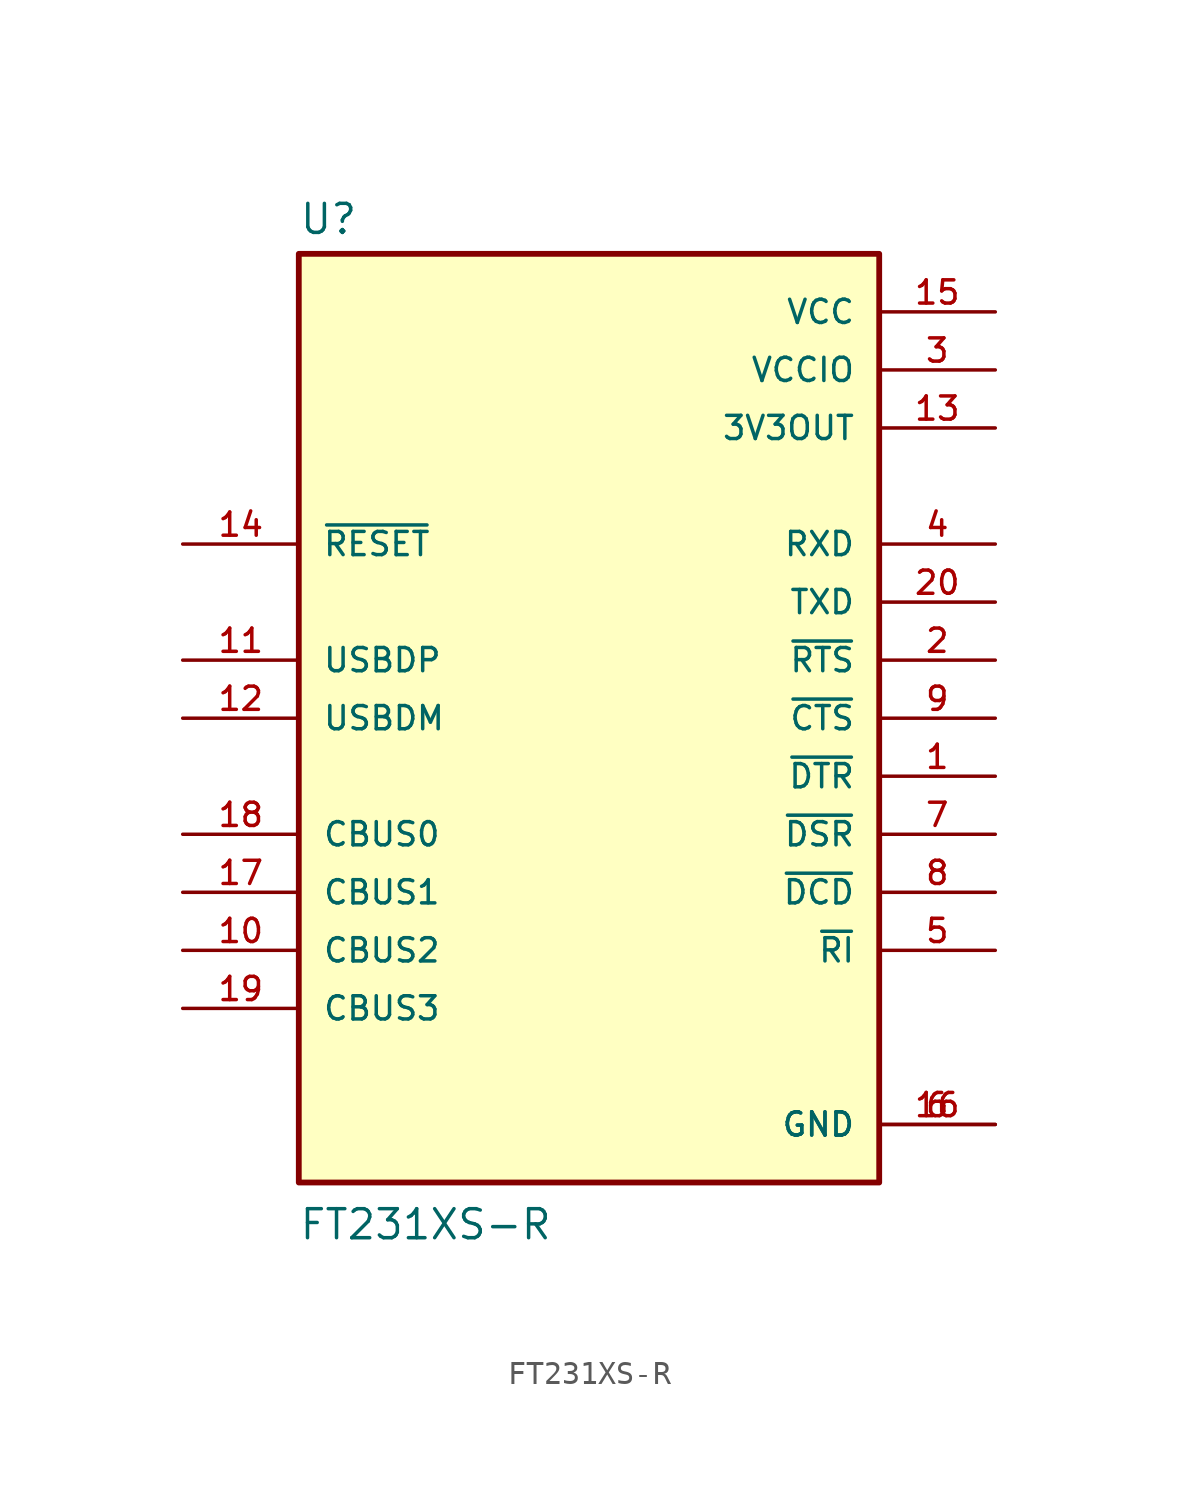
<source format=kicad_sym>
(kicad_symbol_lib
  (version 20211014)
  (generator kicad_symbol_editor)
  (symbol "FT231XS-R"
    (pin_names
      (offset 1.016))
    (property "Reference" "U"
      (at -12.708 21.096 0)
      (effects (font (size 1.27 1.27)) (justify bottom left)))
    (property "Value" "FT231XS-R"
      (at -12.721 -22.898 0)
      (effects (font (size 1.27 1.27)) (justify bottom left)))
    (symbol "FT231XS-R_0_0"
      (rectangle (start -12.7 -20.32) (end 12.7 20.32) (stroke (width 0.254)) (fill (type background)))
      (pin power_in line (at 17.78 12.7 180.0) (length 5.08) (name "3V3OUT" (effects (font (size 1.016 1.016)))) (number "13" (effects (font (size 1.016 1.016)))))
      (pin input line (at -17.78 0.0 0) (length 5.08) (name "USBDM" (effects (font (size 1.016 1.016)))) (number "12" (effects (font (size 1.016 1.016)))))
      (pin input line (at -17.78 2.54 0) (length 5.08) (name "USBDP" (effects (font (size 1.016 1.016)))) (number "11" (effects (font (size 1.016 1.016)))))
      (pin input line (at -17.78 7.62 0) (length 5.08) (name "~{RESET}" (effects (font (size 1.016 1.016)))) (number "14" (effects (font (size 1.016 1.016)))))
      (pin power_in line (at 17.78 -17.78 180.0) (length 5.08) (name "GND" (effects (font (size 1.016 1.016)))) (number "6" (effects (font (size 1.016 1.016)))))
      (pin power_in line (at 17.78 -17.78 180.0) (length 5.08) (name "GND" (effects (font (size 1.016 1.016)))) (number "16" (effects (font (size 1.016 1.016)))))
      (pin bidirectional line (at -17.78 -5.08 0) (length 5.08) (name "CBUS0" (effects (font (size 1.016 1.016)))) (number "18" (effects (font (size 1.016 1.016)))))
      (pin input line (at 17.78 -10.16 180.0) (length 5.08) (name "~{RI}" (effects (font (size 1.016 1.016)))) (number "5" (effects (font (size 1.016 1.016)))))
      (pin input line (at 17.78 -7.62 180.0) (length 5.08) (name "~{DCD}" (effects (font (size 1.016 1.016)))) (number "8" (effects (font (size 1.016 1.016)))))
      (pin input line (at 17.78 -5.08 180.0) (length 5.08) (name "~{DSR}" (effects (font (size 1.016 1.016)))) (number "7" (effects (font (size 1.016 1.016)))))
      (pin output line (at 17.78 -2.54 180.0) (length 5.08) (name "~{DTR}" (effects (font (size 1.016 1.016)))) (number "1" (effects (font (size 1.016 1.016)))))
      (pin input line (at 17.78 0.0 180.0) (length 5.08) (name "~{CTS}" (effects (font (size 1.016 1.016)))) (number "9" (effects (font (size 1.016 1.016)))))
      (pin output line (at 17.78 2.54 180.0) (length 5.08) (name "~{RTS}" (effects (font (size 1.016 1.016)))) (number "2" (effects (font (size 1.016 1.016)))))
      (pin input line (at 17.78 7.62 180.0) (length 5.08) (name "RXD" (effects (font (size 1.016 1.016)))) (number "4" (effects (font (size 1.016 1.016)))))
      (pin output line (at 17.78 5.08 180.0) (length 5.08) (name "TXD" (effects (font (size 1.016 1.016)))) (number "20" (effects (font (size 1.016 1.016)))))
      (pin bidirectional line (at -17.78 -7.62 0) (length 5.08) (name "CBUS1" (effects (font (size 1.016 1.016)))) (number "17" (effects (font (size 1.016 1.016)))))
      (pin bidirectional line (at -17.78 -10.16 0) (length 5.08) (name "CBUS2" (effects (font (size 1.016 1.016)))) (number "10" (effects (font (size 1.016 1.016)))))
      (pin bidirectional line (at -17.78 -12.7 0) (length 5.08) (name "CBUS3" (effects (font (size 1.016 1.016)))) (number "19" (effects (font (size 1.016 1.016)))))
      (pin power_in line (at 17.78 17.78 180.0) (length 5.08) (name "VCC" (effects (font (size 1.016 1.016)))) (number "15" (effects (font (size 1.016 1.016)))))
      (pin power_in line (at 17.78 15.24 180.0) (length 5.08) (name "VCCIO" (effects (font (size 1.016 1.016)))) (number "3" (effects (font (size 1.016 1.016))))))))
</source>
